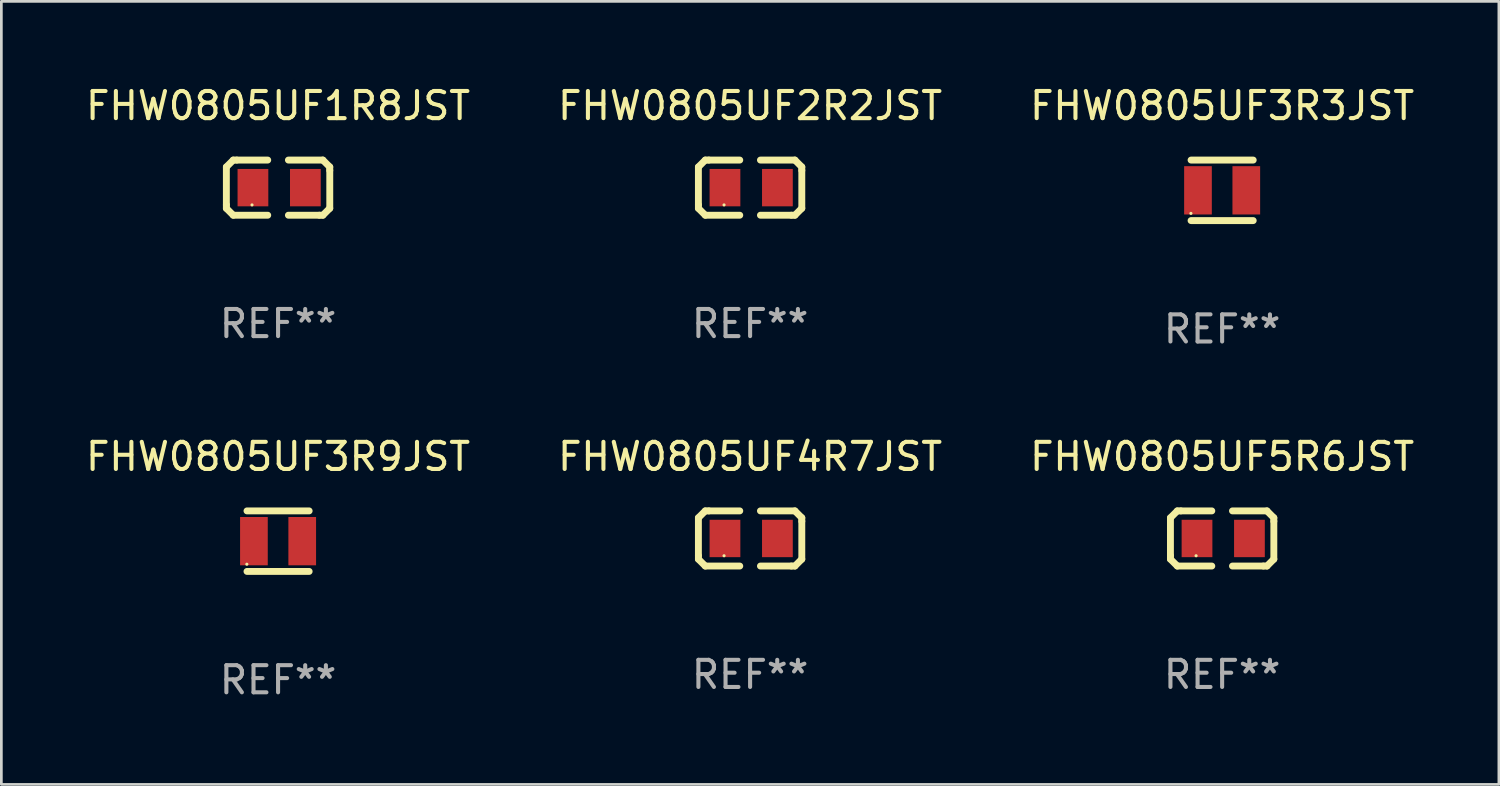
<source format=kicad_pcb>
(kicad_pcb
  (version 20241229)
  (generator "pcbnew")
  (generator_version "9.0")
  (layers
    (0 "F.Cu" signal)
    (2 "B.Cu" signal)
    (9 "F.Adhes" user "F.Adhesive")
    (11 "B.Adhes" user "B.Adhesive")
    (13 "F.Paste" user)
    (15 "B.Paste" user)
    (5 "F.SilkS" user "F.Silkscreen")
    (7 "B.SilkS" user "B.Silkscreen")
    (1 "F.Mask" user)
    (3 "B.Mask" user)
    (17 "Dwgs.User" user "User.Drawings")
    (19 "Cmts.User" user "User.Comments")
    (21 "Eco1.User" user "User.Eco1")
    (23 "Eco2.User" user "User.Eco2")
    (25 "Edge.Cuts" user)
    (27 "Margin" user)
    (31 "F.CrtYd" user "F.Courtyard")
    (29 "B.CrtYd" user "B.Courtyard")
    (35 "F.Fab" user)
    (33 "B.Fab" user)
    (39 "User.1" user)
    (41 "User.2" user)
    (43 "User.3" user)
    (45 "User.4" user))
  (footprint "FHW0805UF3R3JST"
    (layer "F.Cu")
    (at 41.982 3.963)
    (property "Reference" "FHW0805UF3R3JST" (at 0 -3.115 0) (layer "F.SilkS") (effects (font (size 1 1) (thickness 0.15))))
    (attr through_hole)
    (fp_line (start -1.145 -1.115) (end 1.145 -1.115) (stroke (width 0.254) (type solid)) (layer "F.SilkS"))
    (fp_line (start -1.145 1.115) (end 1.145 1.115) (stroke (width 0.254) (type solid)) (layer "F.SilkS"))
    (fp_circle (center -1.15 0.85) (end -1.12 0.85) (stroke (width 0.06) (type solid)) (fill no) (layer "F.SilkS"))
    (fp_text user "REF**" (at 0 5.115 0) (layer "F.Fab") (effects (font (size 1 1) (thickness 0.15))))
    (pad "1" smd rect (at -0.89 0 90) (size 1.78 1.02) (layers "F.Cu" "F.Mask" "F.Paste"))
    (pad "2" smd rect (at 0.89 0 90) (size 1.78 1.02) (layers "F.Cu" "F.Mask" "F.Paste")))
  (footprint "FHW0805UF1R8JST"
    (layer "F.Cu")
    (at 7.196 3.864)
    (property "Reference" "FHW0805UF1R8JST" (at 0 -3.016 0) (layer "F.SilkS") (effects (font (size 1 1) (thickness 0.15))))
    (attr through_hole)
    (fp_line (start -1.905 -0.762) (end -1.905 0.635) (stroke (width 0.254) (type solid)) (layer "F.SilkS"))
    (fp_line (start -1.905 0.635) (end -1.905 0.762) (stroke (width 0.254) (type solid)) (layer "F.SilkS"))
    (fp_line (start -1.905 0.762) (end -1.651 1.016) (stroke (width 0.254) (type solid)) (layer "F.SilkS"))
    (fp_line (start -1.651 -1.016) (end -1.905 -0.762) (stroke (width 0.254) (type solid)) (layer "F.SilkS"))
    (fp_line (start -1.651 1.016) (end -0.381 1.016) (stroke (width 0.254) (type solid)) (layer "F.SilkS"))
    (fp_line (start -1.524 -1.016) (end -1.651 -1.016) (stroke (width 0.254) (type solid)) (layer "F.SilkS"))
    (fp_line (start -0.381 -1.016) (end -1.524 -1.016) (stroke (width 0.254) (type solid)) (layer "F.SilkS"))
    (fp_line (start 0.381 1.016) (end 1.524 1.016) (stroke (width 0.254) (type solid)) (layer "F.SilkS"))
    (fp_line (start 1.524 1.016) (end 1.651 1.016) (stroke (width 0.254) (type solid)) (layer "F.SilkS"))
    (fp_line (start 1.651 -1.016) (end 0.381 -1.016) (stroke (width 0.254) (type solid)) (layer "F.SilkS"))
    (fp_line (start 1.651 1.016) (end 1.905 0.762) (stroke (width 0.254) (type solid)) (layer "F.SilkS"))
    (fp_line (start 1.905 -0.762) (end 1.651 -1.016) (stroke (width 0.254) (type solid)) (layer "F.SilkS"))
    (fp_line (start 1.905 -0.635) (end 1.905 -0.762) (stroke (width 0.254) (type solid)) (layer "F.SilkS"))
    (fp_line (start 1.905 0.762) (end 1.905 -0.635) (stroke (width 0.254) (type solid)) (layer "F.SilkS"))
    (fp_circle (center -0.96 0.637) (end -0.93 0.637) (stroke (width 0.06) (type solid)) (fill no) (layer "F.SilkS"))
    (fp_text user "REF**" (at 0 5.016 0) (layer "F.Fab") (effects (font (size 1 1) (thickness 0.15))))
    (pad "1" smd rect (at -0.926 -0.000051) (size 1.133 1.377) (layers "F.Cu" "F.Mask" "F.Paste"))
    (pad "2" smd rect (at 1.006 -0.000051) (size 1.133 1.377) (layers "F.Cu" "F.Mask" "F.Paste")))
  (footprint "FHW0805UF2R2JST"
    (layer "F.Cu")
    (at 24.589 3.864)
    (property "Reference" "FHW0805UF2R2JST" (at 0 -3.016 0) (layer "F.SilkS") (effects (font (size 1 1) (thickness 0.15))))
    (attr through_hole)
    (fp_line (start -1.905 -0.762) (end -1.905 0.635) (stroke (width 0.254) (type solid)) (layer "F.SilkS"))
    (fp_line (start -1.905 0.635) (end -1.905 0.762) (stroke (width 0.254) (type solid)) (layer "F.SilkS"))
    (fp_line (start -1.905 0.762) (end -1.651 1.016) (stroke (width 0.254) (type solid)) (layer "F.SilkS"))
    (fp_line (start -1.651 -1.016) (end -1.905 -0.762) (stroke (width 0.254) (type solid)) (layer "F.SilkS"))
    (fp_line (start -1.651 1.016) (end -0.381 1.016) (stroke (width 0.254) (type solid)) (layer "F.SilkS"))
    (fp_line (start -1.524 -1.016) (end -1.651 -1.016) (stroke (width 0.254) (type solid)) (layer "F.SilkS"))
    (fp_line (start -0.381 -1.016) (end -1.524 -1.016) (stroke (width 0.254) (type solid)) (layer "F.SilkS"))
    (fp_line (start 0.381 1.016) (end 1.524 1.016) (stroke (width 0.254) (type solid)) (layer "F.SilkS"))
    (fp_line (start 1.524 1.016) (end 1.651 1.016) (stroke (width 0.254) (type solid)) (layer "F.SilkS"))
    (fp_line (start 1.651 -1.016) (end 0.381 -1.016) (stroke (width 0.254) (type solid)) (layer "F.SilkS"))
    (fp_line (start 1.651 1.016) (end 1.905 0.762) (stroke (width 0.254) (type solid)) (layer "F.SilkS"))
    (fp_line (start 1.905 -0.762) (end 1.651 -1.016) (stroke (width 0.254) (type solid)) (layer "F.SilkS"))
    (fp_line (start 1.905 -0.635) (end 1.905 -0.762) (stroke (width 0.254) (type solid)) (layer "F.SilkS"))
    (fp_line (start 1.905 0.762) (end 1.905 -0.635) (stroke (width 0.254) (type solid)) (layer "F.SilkS"))
    (fp_circle (center -0.96 0.637) (end -0.93 0.637) (stroke (width 0.06) (type solid)) (fill no) (layer "F.SilkS"))
    (fp_text user "REF**" (at 0 5.016 0) (layer "F.Fab") (effects (font (size 1 1) (thickness 0.15))))
    (pad "1" smd rect (at -0.926 -0.000051) (size 1.133 1.377) (layers "F.Cu" "F.Mask" "F.Paste"))
    (pad "2" smd rect (at 1.006 -0.000051) (size 1.133 1.377) (layers "F.Cu" "F.Mask" "F.Paste")))
  (footprint "FHW0805UF3R9JST"
    (layer "F.Cu")
    (at 7.196 16.89)
    (property "Reference" "FHW0805UF3R9JST" (at 0 -3.115 0) (layer "F.SilkS") (effects (font (size 1 1) (thickness 0.15))))
    (attr through_hole)
    (fp_line (start -1.145 -1.115) (end 1.145 -1.115) (stroke (width 0.254) (type solid)) (layer "F.SilkS"))
    (fp_line (start -1.145 1.115) (end 1.145 1.115) (stroke (width 0.254) (type solid)) (layer "F.SilkS"))
    (fp_circle (center -1.15 0.85) (end -1.12 0.85) (stroke (width 0.06) (type solid)) (fill no) (layer "F.SilkS"))
    (fp_text user "REF**" (at 0 5.115 0) (layer "F.Fab") (effects (font (size 1 1) (thickness 0.15))))
    (pad "1" smd rect (at -0.89 0 90) (size 1.78 1.02) (layers "F.Cu" "F.Mask" "F.Paste"))
    (pad "2" smd rect (at 0.89 0 90) (size 1.78 1.02) (layers "F.Cu" "F.Mask" "F.Paste")))
  (footprint "FHW0805UF4R7JST"
    (layer "F.Cu")
    (at 24.589 16.791)
    (property "Reference" "FHW0805UF4R7JST" (at 0 -3.016 0) (layer "F.SilkS") (effects (font (size 1 1) (thickness 0.15))))
    (attr through_hole)
    (fp_line (start -1.905 -0.762) (end -1.905 0.635) (stroke (width 0.254) (type solid)) (layer "F.SilkS"))
    (fp_line (start -1.905 0.635) (end -1.905 0.762) (stroke (width 0.254) (type solid)) (layer "F.SilkS"))
    (fp_line (start -1.905 0.762) (end -1.651 1.016) (stroke (width 0.254) (type solid)) (layer "F.SilkS"))
    (fp_line (start -1.651 -1.016) (end -1.905 -0.762) (stroke (width 0.254) (type solid)) (layer "F.SilkS"))
    (fp_line (start -1.651 1.016) (end -0.381 1.016) (stroke (width 0.254) (type solid)) (layer "F.SilkS"))
    (fp_line (start -1.524 -1.016) (end -1.651 -1.016) (stroke (width 0.254) (type solid)) (layer "F.SilkS"))
    (fp_line (start -0.381 -1.016) (end -1.524 -1.016) (stroke (width 0.254) (type solid)) (layer "F.SilkS"))
    (fp_line (start 0.381 1.016) (end 1.524 1.016) (stroke (width 0.254) (type solid)) (layer "F.SilkS"))
    (fp_line (start 1.524 1.016) (end 1.651 1.016) (stroke (width 0.254) (type solid)) (layer "F.SilkS"))
    (fp_line (start 1.651 -1.016) (end 0.381 -1.016) (stroke (width 0.254) (type solid)) (layer "F.SilkS"))
    (fp_line (start 1.651 1.016) (end 1.905 0.762) (stroke (width 0.254) (type solid)) (layer "F.SilkS"))
    (fp_line (start 1.905 -0.762) (end 1.651 -1.016) (stroke (width 0.254) (type solid)) (layer "F.SilkS"))
    (fp_line (start 1.905 -0.635) (end 1.905 -0.762) (stroke (width 0.254) (type solid)) (layer "F.SilkS"))
    (fp_line (start 1.905 0.762) (end 1.905 -0.635) (stroke (width 0.254) (type solid)) (layer "F.SilkS"))
    (fp_circle (center -0.96 0.637) (end -0.93 0.637) (stroke (width 0.06) (type solid)) (fill no) (layer "F.SilkS"))
    (fp_text user "REF**" (at 0 5.016 0) (layer "F.Fab") (effects (font (size 1 1) (thickness 0.15))))
    (pad "1" smd rect (at -0.926 -0.000051) (size 1.133 1.377) (layers "F.Cu" "F.Mask" "F.Paste"))
    (pad "2" smd rect (at 1.006 -0.000051) (size 1.133 1.377) (layers "F.Cu" "F.Mask" "F.Paste")))
  (footprint "FHW0805UF5R6JST"
    (layer "F.Cu")
    (at 41.982 16.791)
    (property "Reference" "FHW0805UF5R6JST" (at 0 -3.016 0) (layer "F.SilkS") (effects (font (size 1 1) (thickness 0.15))))
    (attr through_hole)
    (fp_line (start -1.905 -0.762) (end -1.905 0.635) (stroke (width 0.254) (type solid)) (layer "F.SilkS"))
    (fp_line (start -1.905 0.635) (end -1.905 0.762) (stroke (width 0.254) (type solid)) (layer "F.SilkS"))
    (fp_line (start -1.905 0.762) (end -1.651 1.016) (stroke (width 0.254) (type solid)) (layer "F.SilkS"))
    (fp_line (start -1.651 -1.016) (end -1.905 -0.762) (stroke (width 0.254) (type solid)) (layer "F.SilkS"))
    (fp_line (start -1.651 1.016) (end -0.381 1.016) (stroke (width 0.254) (type solid)) (layer "F.SilkS"))
    (fp_line (start -1.524 -1.016) (end -1.651 -1.016) (stroke (width 0.254) (type solid)) (layer "F.SilkS"))
    (fp_line (start -0.381 -1.016) (end -1.524 -1.016) (stroke (width 0.254) (type solid)) (layer "F.SilkS"))
    (fp_line (start 0.381 1.016) (end 1.524 1.016) (stroke (width 0.254) (type solid)) (layer "F.SilkS"))
    (fp_line (start 1.524 1.016) (end 1.651 1.016) (stroke (width 0.254) (type solid)) (layer "F.SilkS"))
    (fp_line (start 1.651 -1.016) (end 0.381 -1.016) (stroke (width 0.254) (type solid)) (layer "F.SilkS"))
    (fp_line (start 1.651 1.016) (end 1.905 0.762) (stroke (width 0.254) (type solid)) (layer "F.SilkS"))
    (fp_line (start 1.905 -0.762) (end 1.651 -1.016) (stroke (width 0.254) (type solid)) (layer "F.SilkS"))
    (fp_line (start 1.905 -0.635) (end 1.905 -0.762) (stroke (width 0.254) (type solid)) (layer "F.SilkS"))
    (fp_line (start 1.905 0.762) (end 1.905 -0.635) (stroke (width 0.254) (type solid)) (layer "F.SilkS"))
    (fp_circle (center -0.96 0.637) (end -0.93 0.637) (stroke (width 0.06) (type solid)) (fill no) (layer "F.SilkS"))
    (fp_text user "REF**" (at 0 5.016 0) (layer "F.Fab") (effects (font (size 1 1) (thickness 0.15))))
    (pad "1" smd rect (at -0.926 -0.000051) (size 1.133 1.377) (layers "F.Cu" "F.Mask" "F.Paste"))
    (pad "2" smd rect (at 1.006 -0.000051) (size 1.133 1.377) (layers "F.Cu" "F.Mask" "F.Paste")))
  (gr_rect
    (start -3 -3)
    (end 52.179 25.853)
    (stroke (width 0.1) (type default))
    (fill no)
    (layer "Edge.Cuts")))
</source>
